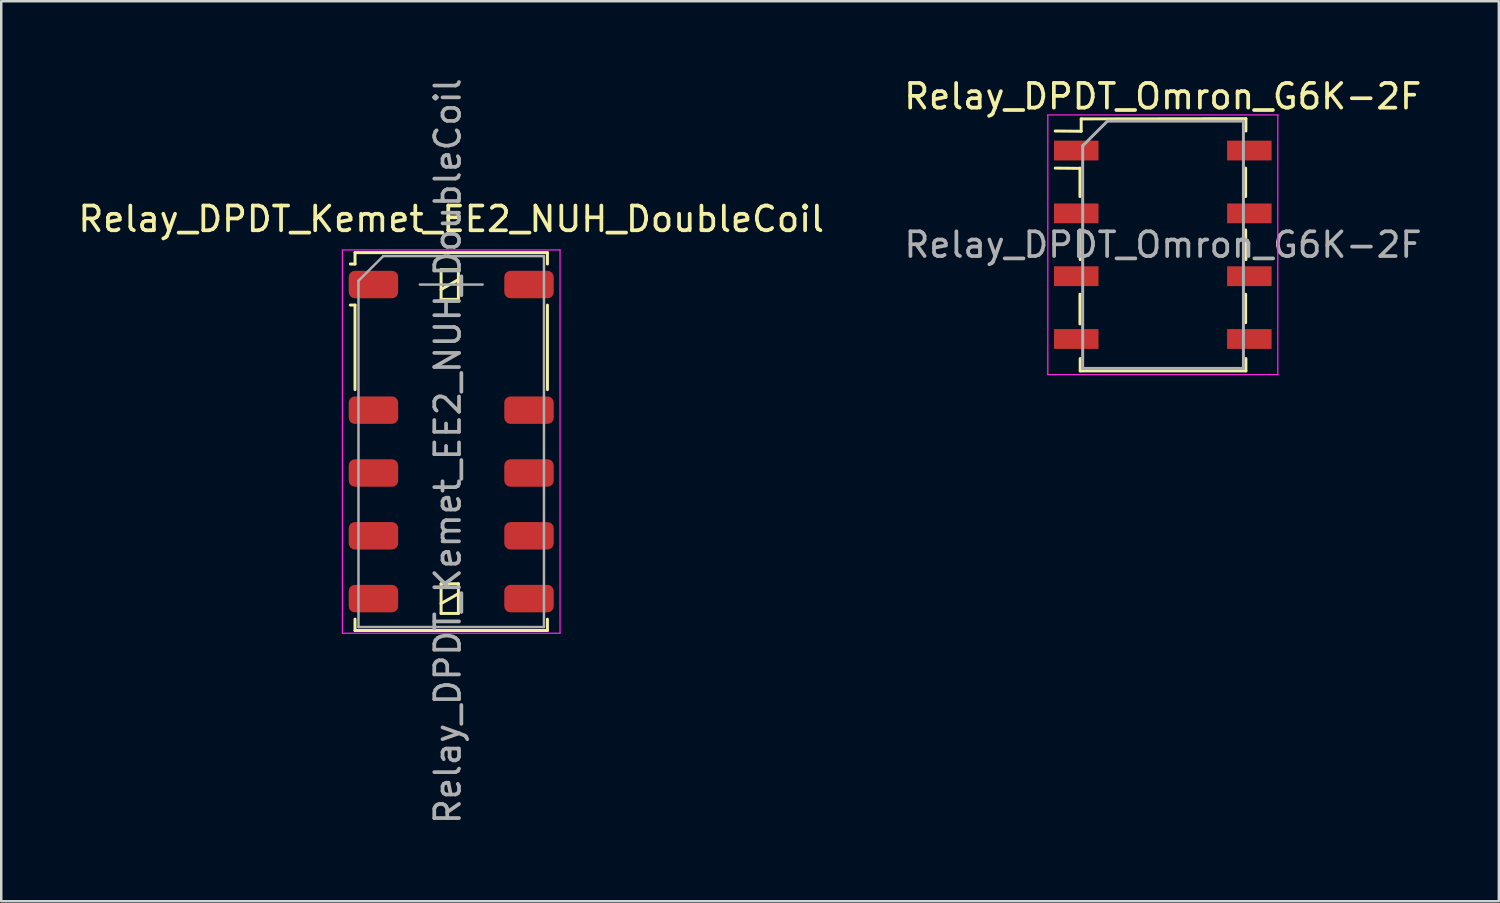
<source format=kicad_pcb>
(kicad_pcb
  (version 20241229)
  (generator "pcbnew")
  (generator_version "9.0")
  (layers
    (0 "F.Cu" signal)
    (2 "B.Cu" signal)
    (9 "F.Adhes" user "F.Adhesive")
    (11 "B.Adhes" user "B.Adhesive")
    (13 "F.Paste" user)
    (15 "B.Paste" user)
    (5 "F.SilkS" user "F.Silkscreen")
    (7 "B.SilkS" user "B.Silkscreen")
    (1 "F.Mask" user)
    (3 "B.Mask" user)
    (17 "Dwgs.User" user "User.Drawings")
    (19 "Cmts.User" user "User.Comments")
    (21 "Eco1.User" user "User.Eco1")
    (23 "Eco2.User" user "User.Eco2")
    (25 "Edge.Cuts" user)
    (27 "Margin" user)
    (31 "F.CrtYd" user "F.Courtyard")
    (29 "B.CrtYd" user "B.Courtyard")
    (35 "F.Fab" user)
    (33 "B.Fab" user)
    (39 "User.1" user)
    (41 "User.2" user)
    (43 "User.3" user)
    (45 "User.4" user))
  (footprint "Relay_DPDT_Omron_G6K-2F"
    (layer "F.Cu")
    (at 43.97 6.848)
    (property "Reference" "Relay_DPDT_Omron_G6K-2F" (at 0 -6 0) (layer "F.SilkS") (effects (font (size 1 1) (thickness 0.15))))
    (attr smd)
    (fp_line (start -3.35 -3.09) (end -4.35 -3.1) (stroke (width 0.12) (type solid)) (layer "F.SilkS"))
    (fp_line (start -3.35 -1.95) (end -3.35 -3.1) (stroke (width 0.12) (type solid)) (layer "F.SilkS"))
    (fp_line (start -3.35 3.2) (end -3.35 2) (stroke (width 0.12) (type solid)) (layer "F.SilkS"))
    (fp_line (start -3.34 0.6) (end -3.35 -0.6) (stroke (width 0.12) (type solid)) (layer "F.SilkS"))
    (fp_line (start -3.34 5.1) (end -3.34 4.6) (stroke (width 0.12) (type solid)) (layer "F.SilkS"))
    (fp_line (start -3.3 -5.09) (end -3.3 -4.59) (stroke (width 0.12) (type solid)) (layer "F.SilkS"))
    (fp_line (start -3.3 -5.09) (end 3.36 -5.1) (stroke (width 0.12) (type solid)) (layer "F.SilkS"))
    (fp_line (start -3.3 -4.59) (end -4.35 -4.6) (stroke (width 0.12) (type solid)) (layer "F.SilkS"))
    (fp_line (start 3.35 -3.1) (end 3.35 -1.95) (stroke (width 0.12) (type solid)) (layer "F.SilkS"))
    (fp_line (start 3.35 -0.6) (end 3.36 0.6) (stroke (width 0.12) (type solid)) (layer "F.SilkS"))
    (fp_line (start 3.35 2) (end 3.35 3.15) (stroke (width 0.12) (type solid)) (layer "F.SilkS"))
    (fp_line (start 3.36 -5.1) (end 3.36 -4.6) (stroke (width 0.12) (type solid)) (layer "F.SilkS"))
    (fp_line (start 3.36 4.6) (end 3.36 5.1) (stroke (width 0.12) (type solid)) (layer "F.SilkS"))
    (fp_line (start 3.36 5.1) (end -3.34 5.1) (stroke (width 0.12) (type solid)) (layer "F.SilkS"))
    (fp_line (start -4.65 -5.25) (end -4.65 5.25) (stroke (width 0.05) (type solid)) (layer "F.CrtYd"))
    (fp_line (start -4.65 -5.25) (end 4.65 -5.25) (stroke (width 0.05) (type solid)) (layer "F.CrtYd"))
    (fp_line (start 4.65 5.25) (end -4.65 5.25) (stroke (width 0.05) (type solid)) (layer "F.CrtYd"))
    (fp_line (start 4.65 5.25) (end 4.65 -5.25) (stroke (width 0.05) (type solid)) (layer "F.CrtYd"))
    (fp_line (start -3.24 -4) (end -2.24 -5) (stroke (width 0.12) (type solid)) (layer "F.Fab"))
    (fp_line (start -3.24 5) (end -3.24 -4) (stroke (width 0.12) (type solid)) (layer "F.Fab"))
    (fp_line (start -2.24 -5) (end 3.26 -5) (stroke (width 0.12) (type solid)) (layer "F.Fab"))
    (fp_line (start 3.26 -5) (end 3.26 5) (stroke (width 0.12) (type solid)) (layer "F.Fab"))
    (fp_line (start 3.26 5) (end -3.24 5) (stroke (width 0.12) (type solid)) (layer "F.Fab"))
    (fp_text user "${REFERENCE}" (at 0.01 0 0) (layer "F.Fab") (effects (font (size 1 1) (thickness 0.15))))
    (pad "1" smd rect (at -3.5 -3.81) (size 1.8 0.8) (layers "F.Cu" "F.Mask" "F.Paste"))
    (pad "2" smd rect (at -3.5 -1.27) (size 1.8 0.8) (layers "F.Cu" "F.Mask" "F.Paste"))
    (pad "3" smd rect (at -3.5 1.27) (size 1.8 0.8) (layers "F.Cu" "F.Mask" "F.Paste"))
    (pad "4" smd rect (at -3.5 3.81) (size 1.8 0.8) (layers "F.Cu" "F.Mask" "F.Paste"))
    (pad "5" smd rect (at 3.5 3.81) (size 1.8 0.8) (layers "F.Cu" "F.Mask" "F.Paste"))
    (pad "6" smd rect (at 3.5 1.27) (size 1.8 0.8) (layers "F.Cu" "F.Mask" "F.Paste"))
    (pad "7" smd rect (at 3.5 -1.27) (size 1.8 0.8) (layers "F.Cu" "F.Mask" "F.Paste"))
    (pad "8" smd rect (at 3.5 -3.81) (size 1.8 0.8) (layers "F.Cu" "F.Mask" "F.Paste")))
  (footprint "Relay_DPDT_Kemet_EE2_NUH_DoubleCoil"
    (layer "F.Cu")
    (at 15.196 14.806)
    (property "Reference" "Relay_DPDT_Kemet_EE2_NUH_DoubleCoil" (at 0 -9 180) (layer "F.SilkS") (effects (font (size 1 1) (thickness 0.15))))
    (attr smd)
    (fp_line (start -3.89 -7.64) (end -3.89 -7.18) (stroke (width 0.12) (type solid)) (layer "F.SilkS"))
    (fp_line (start -3.89 -7.18) (end -4.08 -7.18) (stroke (width 0.12) (type solid)) (layer "F.SilkS"))
    (fp_line (start -3.89 -5.52) (end -4.08 -5.52) (stroke (width 0.12) (type solid)) (layer "F.SilkS"))
    (fp_line (start -3.89 -5.52) (end -3.89 -2.1) (stroke (width 0.12) (type solid)) (layer "F.SilkS"))
    (fp_line (start -3.89 7.18) (end -3.89 7.64) (stroke (width 0.12) (type solid)) (layer "F.SilkS"))
    (fp_line (start -0.41 -6.95) (end -0.41 -5.75) (stroke (width 0.12) (type solid)) (layer "F.SilkS"))
    (fp_line (start -0.41 -6.15) (end 0.29 -6.55) (stroke (width 0.12) (type solid)) (layer "F.SilkS"))
    (fp_line (start -0.41 -5.75) (end 0.29 -5.75) (stroke (width 0.12) (type solid)) (layer "F.SilkS"))
    (fp_line (start -0.41 5.75) (end -0.41 6.95) (stroke (width 0.12) (type solid)) (layer "F.SilkS"))
    (fp_line (start -0.41 6.55) (end 0.29 6.15) (stroke (width 0.12) (type solid)) (layer "F.SilkS"))
    (fp_line (start -0.41 6.95) (end 0.29 6.95) (stroke (width 0.12) (type solid)) (layer "F.SilkS"))
    (fp_line (start 0.29 -6.95) (end -0.41 -6.95) (stroke (width 0.12) (type solid)) (layer "F.SilkS"))
    (fp_line (start 0.29 -5.75) (end 0.29 -6.95) (stroke (width 0.12) (type solid)) (layer "F.SilkS"))
    (fp_line (start 0.29 5.75) (end -0.41 5.75) (stroke (width 0.12) (type solid)) (layer "F.SilkS"))
    (fp_line (start 0.29 6.95) (end 0.29 5.75) (stroke (width 0.12) (type solid)) (layer "F.SilkS"))
    (fp_line (start 3.89 -7.64) (end -3.89 -7.64) (stroke (width 0.12) (type solid)) (layer "F.SilkS"))
    (fp_line (start 3.89 -7.64) (end 3.89 -7.18) (stroke (width 0.12) (type solid)) (layer "F.SilkS"))
    (fp_line (start 3.89 -5.52) (end 3.89 -2.1) (stroke (width 0.12) (type solid)) (layer "F.SilkS"))
    (fp_line (start 3.89 7.18) (end 3.89 7.64) (stroke (width 0.12) (type solid)) (layer "F.SilkS"))
    (fp_line (start 3.89 7.64) (end -3.89 7.64) (stroke (width 0.12) (type solid)) (layer "F.SilkS"))
    (fp_line (start -4.4 -7.75) (end -4.4 7.75) (stroke (width 0.05) (type solid)) (layer "F.CrtYd"))
    (fp_line (start -4.4 7.75) (end 4.4 7.75) (stroke (width 0.05) (type solid)) (layer "F.CrtYd"))
    (fp_line (start 4.4 -7.75) (end -4.4 -7.75) (stroke (width 0.05) (type solid)) (layer "F.CrtYd"))
    (fp_line (start 4.4 -7.75) (end 4.4 7.75) (stroke (width 0.05) (type solid)) (layer "F.CrtYd"))
    (fp_line (start -3.75 -6.5) (end -3.75 7.5) (stroke (width 0.1) (type solid)) (layer "F.Fab"))
    (fp_line (start -3.75 -6.5) (end -2.75 -7.5) (stroke (width 0.1) (type solid)) (layer "F.Fab"))
    (fp_line (start -1.27 -6.35) (end 1.27 -6.35) (stroke (width 0.1) (type solid)) (layer "F.Fab"))
    (fp_line (start 3.75 -7.5) (end -2.75 -7.5) (stroke (width 0.1) (type solid)) (layer "F.Fab"))
    (fp_line (start 3.75 -7.5) (end 3.75 7.5) (stroke (width 0.1) (type solid)) (layer "F.Fab"))
    (fp_line (start 3.75 7.5) (end -3.75 7.5) (stroke (width 0.1) (type solid)) (layer "F.Fab"))
    (fp_text user "${REFERENCE}" (at -0.14 0.39 90) (layer "F.Fab") (effects (font (size 1 1) (thickness 0.15))))
    (pad "1" smd roundrect (at -3.145 -6.35 270) (size 1.11 2) (layers "F.Cu" "F.Mask" "F.Paste") (roundrect_rratio 0.225))
    (pad "3" smd roundrect (at -3.145 -1.27 270) (size 1.11 2) (layers "F.Cu" "F.Mask" "F.Paste") (roundrect_rratio 0.225))
    (pad "4" smd roundrect (at -3.145 1.27 270) (size 1.11 2) (layers "F.Cu" "F.Mask" "F.Paste") (roundrect_rratio 0.225))
    (pad "5" smd roundrect (at -3.145 3.81 270) (size 1.11 2) (layers "F.Cu" "F.Mask" "F.Paste") (roundrect_rratio 0.225))
    (pad "6" smd roundrect (at -3.145 6.35 270) (size 1.11 2) (layers "F.Cu" "F.Mask" "F.Paste") (roundrect_rratio 0.225))
    (pad "7" smd roundrect (at 3.145 6.35 270) (size 1.11 2) (layers "F.Cu" "F.Mask" "F.Paste") (roundrect_rratio 0.225))
    (pad "8" smd roundrect (at 3.145 3.81 270) (size 1.11 2) (layers "F.Cu" "F.Mask" "F.Paste") (roundrect_rratio 0.225))
    (pad "9" smd roundrect (at 3.145 1.27 270) (size 1.11 2) (layers "F.Cu" "F.Mask" "F.Paste") (roundrect_rratio 0.225))
    (pad "10" smd roundrect (at 3.145 -1.27 270) (size 1.11 2) (layers "F.Cu" "F.Mask" "F.Paste") (roundrect_rratio 0.225))
    (pad "12" smd roundrect (at 3.145 -6.35 270) (size 1.11 2) (layers "F.Cu" "F.Mask" "F.Paste") (roundrect_rratio 0.225)))
  (gr_rect
    (start -3 -3)
    (end 57.558 33.393)
    (stroke (width 0.1) (type default))
    (fill no)
    (layer "Edge.Cuts")))
</source>
